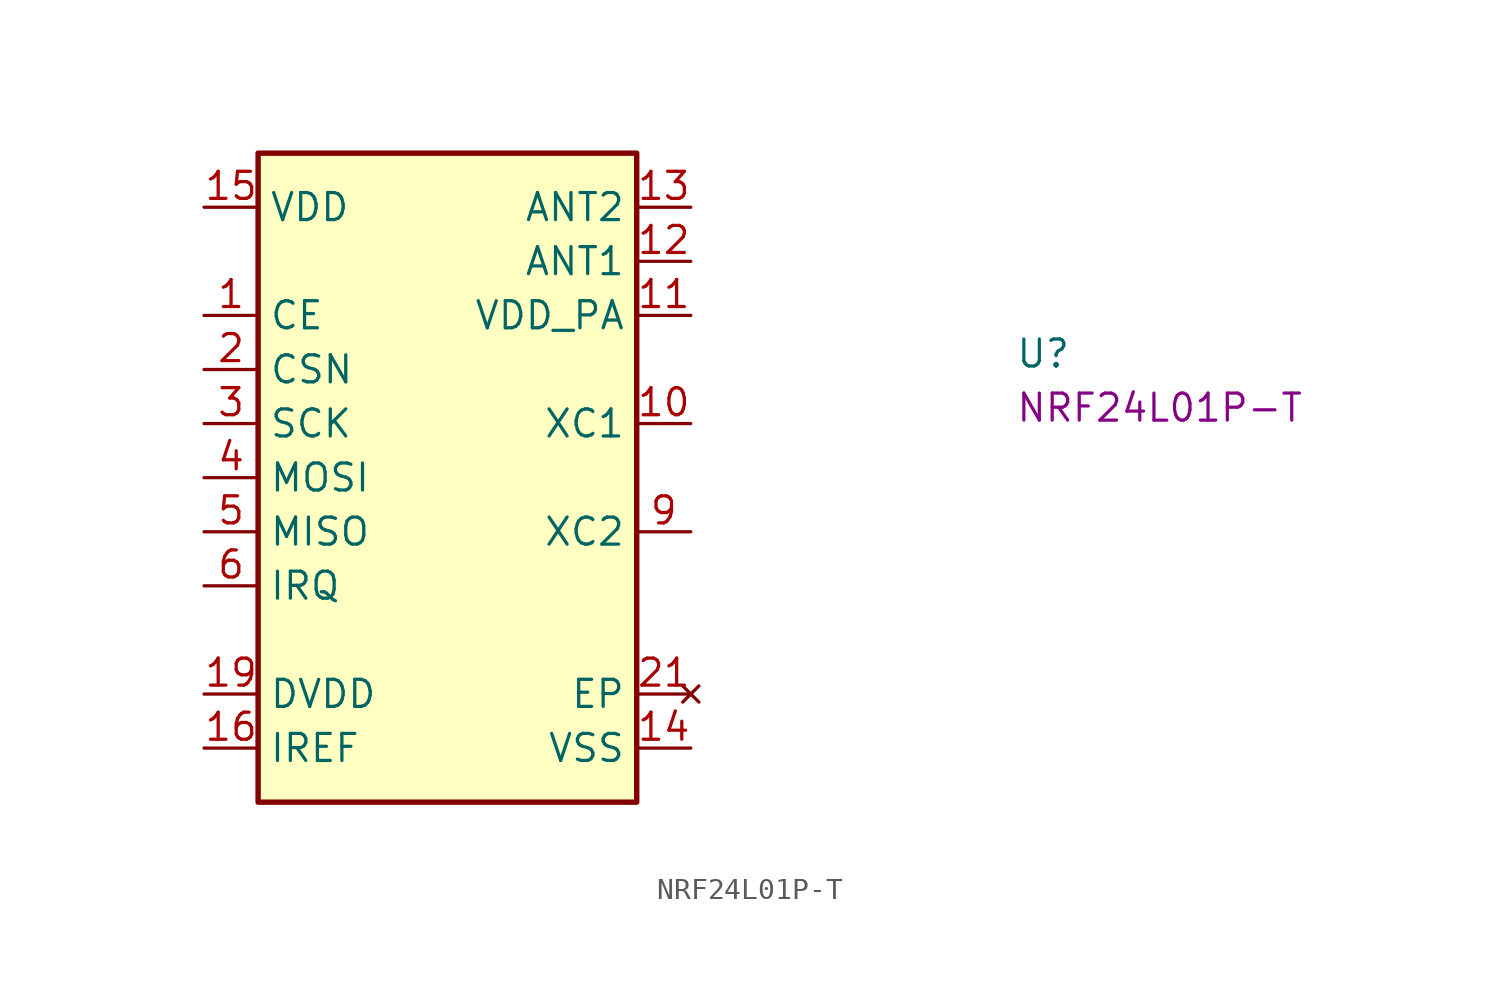
<source format=kicad_sym>
(kicad_symbol_lib
  (version 20220914)
  (generator kicad_symbol_editor)
  (symbol "NRF24L01P-T"
    (property "Reference" "U"
      (at 38.1 -7.62 0)
      (effects (font (size 1.27 1.27) (thickness 0.15)) (justify left bottom)))
    (property "MPN" "NRF24L01P-T"
      (at 38.1 -10.16 0)
      (effects (font (size 1.27 1.27) (thickness 0.15)) (justify left bottom)))
    (symbol "NRF24L01P-T_1_1"
      (rectangle (start 2.54 2.54) (end 20.32 -27.94) (stroke (width 0.254) (type default)) (fill (type background)))
      (pin input line (at 0 -5.08 0) (length 2.54) (name "CE" (effects (font (size 1.27 1.27)))) (number "1" (effects (font (size 1.27 1.27)))))
      (pin input line (at 22.86 -10.16 180) (length 2.54) (name "XC1" (effects (font (size 1.27 1.27)))) (number "10" (effects (font (size 1.27 1.27)))))
      (pin power_out line (at 22.86 -5.08 180) (length 2.54) (name "VDD_PA" (effects (font (size 1.27 1.27)))) (number "11" (effects (font (size 1.27 1.27)))))
      (pin output line (at 22.86 -2.54 180) (length 2.54) (name "ANT1" (effects (font (size 1.27 1.27)))) (number "12" (effects (font (size 1.27 1.27)))))
      (pin output line (at 22.86 0 180) (length 2.54) (name "ANT2" (effects (font (size 1.27 1.27)))) (number "13" (effects (font (size 1.27 1.27)))))
      (pin power_in line (at 22.86 -25.4 180) (length 2.54) (name "VSS" (effects (font (size 1.27 1.27)))) (number "14" (effects (font (size 1.27 1.27)))))
      (pin power_in line (at 0 0 0) (length 2.54) (name "VDD" (effects (font (size 1.27 1.27)))) (number "15" (effects (font (size 1.27 1.27)))))
      (pin input line (at 0 -25.4 0) (length 2.54) (name "IREF" (effects (font (size 1.27 1.27)))) (number "16" (effects (font (size 1.27 1.27)))))
      (pin passive line (at 22.86 -25.4 180) (length 2.54) hide (name "VSS" (effects (font (size 1.27 1.27)))) (number "17" (effects (font (size 1.27 1.27)))))
      (pin passive line (at 0 0 0) (length 2.54) hide (name "VDD" (effects (font (size 1.27 1.27)))) (number "18" (effects (font (size 1.27 1.27)))))
      (pin power_out line (at 0 -22.86 0) (length 2.54) (name "DVDD" (effects (font (size 1.27 1.27)))) (number "19" (effects (font (size 1.27 1.27)))))
      (pin input line (at 0 -7.62 0) (length 2.54) (name "CSN" (effects (font (size 1.27 1.27)))) (number "2" (effects (font (size 1.27 1.27)))))
      (pin passive line (at 22.86 -25.4 180) (length 2.54) hide (name "VSS" (effects (font (size 1.27 1.27)))) (number "20" (effects (font (size 1.27 1.27)))))
      (pin no_connect line (at 22.86 -22.86 180) (length 2.54) (name "EP" (effects (font (size 1.27 1.27)))) (number "21" (effects (font (size 1.27 1.27)))))
      (pin input line (at 0 -10.16 0) (length 2.54) (name "SCK" (effects (font (size 1.27 1.27)))) (number "3" (effects (font (size 1.27 1.27)))))
      (pin input line (at 0 -12.7 0) (length 2.54) (name "MOSI" (effects (font (size 1.27 1.27)))) (number "4" (effects (font (size 1.27 1.27)))))
      (pin output line (at 0 -15.24 0) (length 2.54) (name "MISO" (effects (font (size 1.27 1.27)))) (number "5" (effects (font (size 1.27 1.27)))))
      (pin output line (at 0 -17.78 0) (length 2.54) (name "IRQ" (effects (font (size 1.27 1.27)))) (number "6" (effects (font (size 1.27 1.27)))))
      (pin passive line (at 0 0 0) (length 2.54) hide (name "VDD" (effects (font (size 1.27 1.27)))) (number "7" (effects (font (size 1.27 1.27)))))
      (pin passive line (at 22.86 -25.4 180) (length 2.54) hide (name "VSS" (effects (font (size 1.27 1.27)))) (number "8" (effects (font (size 1.27 1.27)))))
      (pin output line (at 22.86 -15.24 180) (length 2.54) (name "XC2" (effects (font (size 1.27 1.27)))) (number "9" (effects (font (size 1.27 1.27))))))))
</source>
